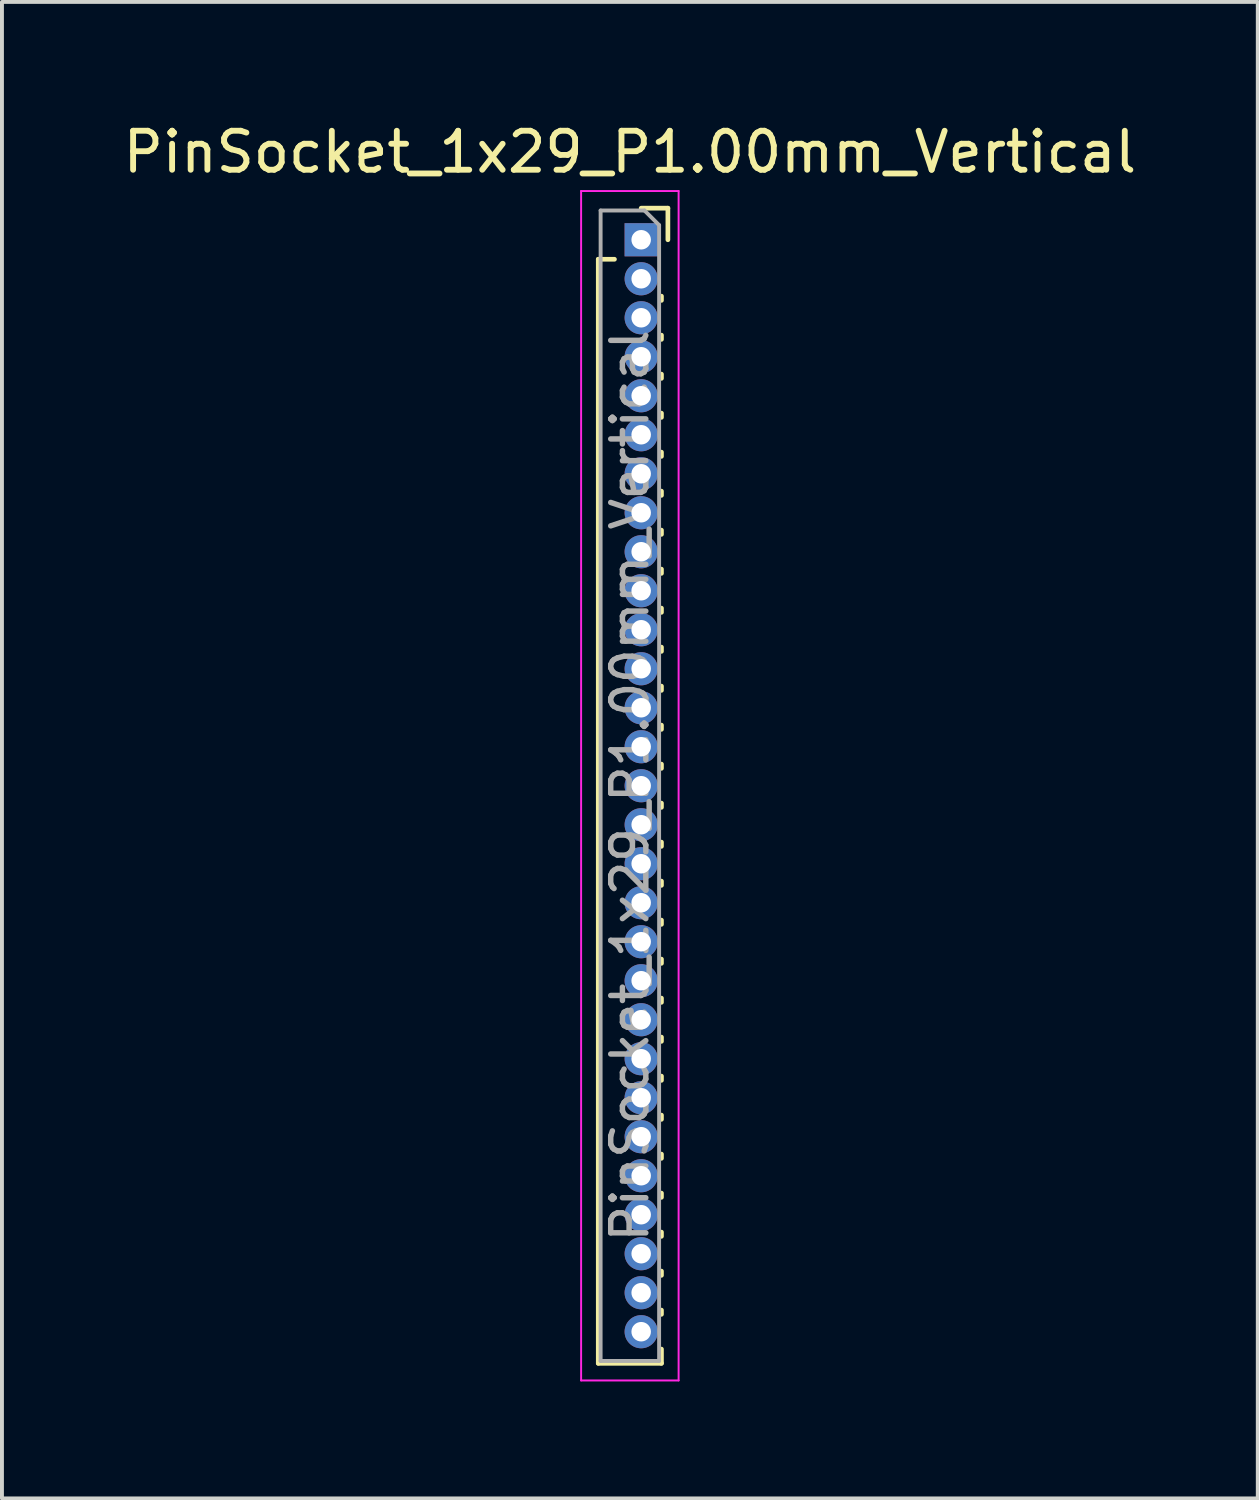
<source format=kicad_pcb>
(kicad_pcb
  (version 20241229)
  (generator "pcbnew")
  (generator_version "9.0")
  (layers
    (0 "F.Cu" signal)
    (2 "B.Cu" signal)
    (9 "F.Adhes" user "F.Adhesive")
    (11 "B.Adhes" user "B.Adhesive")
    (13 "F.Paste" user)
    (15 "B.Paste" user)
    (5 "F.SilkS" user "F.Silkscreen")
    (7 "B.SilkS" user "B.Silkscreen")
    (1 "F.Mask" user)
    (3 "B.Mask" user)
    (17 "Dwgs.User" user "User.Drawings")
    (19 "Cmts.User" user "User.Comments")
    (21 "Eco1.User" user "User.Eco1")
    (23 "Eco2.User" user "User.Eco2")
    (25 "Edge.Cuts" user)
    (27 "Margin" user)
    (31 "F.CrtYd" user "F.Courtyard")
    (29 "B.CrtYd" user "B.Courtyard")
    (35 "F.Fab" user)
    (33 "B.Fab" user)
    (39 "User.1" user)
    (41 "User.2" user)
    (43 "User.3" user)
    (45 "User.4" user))
  (footprint "PinSocket_1x29_P1.00mm_Vertical"
    (layer "F.Cu")
    (at 13.391 3.098)
    (property "Reference" "PinSocket_1x29_P1.00mm_Vertical" (at -0.29 -2.25 0) (layer "F.SilkS") (effects (font (size 1 1) (thickness 0.15))))
    (attr through_hole)
    (fp_line (start -1.1 0.5) (end -1.1 28.81) (stroke (width 0.12) (type solid)) (layer "F.SilkS"))
    (fp_line (start -1.1 0.5) (end -0.685 0.5) (stroke (width 0.12) (type solid)) (layer "F.SilkS"))
    (fp_line (start -1.1 28.81) (end 0.52 28.81) (stroke (width 0.12) (type solid)) (layer "F.SilkS"))
    (fp_line (start 0 -0.81) (end 0.685 -0.81) (stroke (width 0.12) (type solid)) (layer "F.SilkS"))
    (fp_line (start 0.52 1.446) (end 0.52 1.554) (stroke (width 0.12) (type solid)) (layer "F.SilkS"))
    (fp_line (start 0.52 2.446) (end 0.52 2.554) (stroke (width 0.12) (type solid)) (layer "F.SilkS"))
    (fp_line (start 0.52 3.446) (end 0.52 3.554) (stroke (width 0.12) (type solid)) (layer "F.SilkS"))
    (fp_line (start 0.52 4.446) (end 0.52 4.554) (stroke (width 0.12) (type solid)) (layer "F.SilkS"))
    (fp_line (start 0.52 5.446) (end 0.52 5.554) (stroke (width 0.12) (type solid)) (layer "F.SilkS"))
    (fp_line (start 0.52 6.446) (end 0.52 6.554) (stroke (width 0.12) (type solid)) (layer "F.SilkS"))
    (fp_line (start 0.52 7.446) (end 0.52 7.554) (stroke (width 0.12) (type solid)) (layer "F.SilkS"))
    (fp_line (start 0.52 8.446) (end 0.52 8.554) (stroke (width 0.12) (type solid)) (layer "F.SilkS"))
    (fp_line (start 0.52 9.446) (end 0.52 9.554) (stroke (width 0.12) (type solid)) (layer "F.SilkS"))
    (fp_line (start 0.52 10.446) (end 0.52 10.554) (stroke (width 0.12) (type solid)) (layer "F.SilkS"))
    (fp_line (start 0.52 11.446) (end 0.52 11.554) (stroke (width 0.12) (type solid)) (layer "F.SilkS"))
    (fp_line (start 0.52 12.446) (end 0.52 12.554) (stroke (width 0.12) (type solid)) (layer "F.SilkS"))
    (fp_line (start 0.52 13.446) (end 0.52 13.554) (stroke (width 0.12) (type solid)) (layer "F.SilkS"))
    (fp_line (start 0.52 14.446) (end 0.52 14.554) (stroke (width 0.12) (type solid)) (layer "F.SilkS"))
    (fp_line (start 0.52 15.446) (end 0.52 15.554) (stroke (width 0.12) (type solid)) (layer "F.SilkS"))
    (fp_line (start 0.52 16.446) (end 0.52 16.554) (stroke (width 0.12) (type solid)) (layer "F.SilkS"))
    (fp_line (start 0.52 17.446) (end 0.52 17.554) (stroke (width 0.12) (type solid)) (layer "F.SilkS"))
    (fp_line (start 0.52 18.446) (end 0.52 18.554) (stroke (width 0.12) (type solid)) (layer "F.SilkS"))
    (fp_line (start 0.52 19.446) (end 0.52 19.554) (stroke (width 0.12) (type solid)) (layer "F.SilkS"))
    (fp_line (start 0.52 20.446) (end 0.52 20.554) (stroke (width 0.12) (type solid)) (layer "F.SilkS"))
    (fp_line (start 0.52 21.446) (end 0.52 21.554) (stroke (width 0.12) (type solid)) (layer "F.SilkS"))
    (fp_line (start 0.52 22.446) (end 0.52 22.554) (stroke (width 0.12) (type solid)) (layer "F.SilkS"))
    (fp_line (start 0.52 23.446) (end 0.52 23.554) (stroke (width 0.12) (type solid)) (layer "F.SilkS"))
    (fp_line (start 0.52 24.446) (end 0.52 24.554) (stroke (width 0.12) (type solid)) (layer "F.SilkS"))
    (fp_line (start 0.52 25.446) (end 0.52 25.554) (stroke (width 0.12) (type solid)) (layer "F.SilkS"))
    (fp_line (start 0.52 26.446) (end 0.52 26.554) (stroke (width 0.12) (type solid)) (layer "F.SilkS"))
    (fp_line (start 0.52 27.446) (end 0.52 27.554) (stroke (width 0.12) (type solid)) (layer "F.SilkS"))
    (fp_line (start 0.52 28.446) (end 0.52 28.81) (stroke (width 0.12) (type solid)) (layer "F.SilkS"))
    (fp_line (start 0.685 -0.81) (end 0.685 0) (stroke (width 0.12) (type solid)) (layer "F.SilkS"))
    (fp_line (start -1.54 -1.25) (end 0.96 -1.25) (stroke (width 0.05) (type solid)) (layer "F.CrtYd"))
    (fp_line (start -1.54 29.25) (end -1.54 -1.25) (stroke (width 0.05) (type solid)) (layer "F.CrtYd"))
    (fp_line (start 0.96 -1.25) (end 0.96 29.25) (stroke (width 0.05) (type solid)) (layer "F.CrtYd"))
    (fp_line (start 0.96 29.25) (end -1.54 29.25) (stroke (width 0.05) (type solid)) (layer "F.CrtYd"))
    (fp_line (start -1.04 -0.75) (end 0.085 -0.75) (stroke (width 0.1) (type solid)) (layer "F.Fab"))
    (fp_line (start -1.04 28.75) (end -1.04 -0.75) (stroke (width 0.1) (type solid)) (layer "F.Fab"))
    (fp_line (start 0.085 -0.75) (end 0.46 -0.375) (stroke (width 0.1) (type solid)) (layer "F.Fab"))
    (fp_line (start 0.46 -0.375) (end 0.46 28.75) (stroke (width 0.1) (type solid)) (layer "F.Fab"))
    (fp_line (start 0.46 28.75) (end -1.04 28.75) (stroke (width 0.1) (type solid)) (layer "F.Fab"))
    (fp_text user "${REFERENCE}" (at -0.29 14 90) (layer "F.Fab") (effects (font (size 0.9 0.9) (thickness 0.14))))
    (pad "1" thru_hole rect (at 0 0) (size 0.85 0.85) (drill 0.5) (layers "*.Cu" "*.Mask"))
    (pad "2" thru_hole circle (at 0 1) (size 0.85 0.85) (drill 0.5) (layers "*.Cu" "*.Mask"))
    (pad "3" thru_hole circle (at 0 2) (size 0.85 0.85) (drill 0.5) (layers "*.Cu" "*.Mask"))
    (pad "4" thru_hole circle (at 0 3) (size 0.85 0.85) (drill 0.5) (layers "*.Cu" "*.Mask"))
    (pad "5" thru_hole circle (at 0 4) (size 0.85 0.85) (drill 0.5) (layers "*.Cu" "*.Mask"))
    (pad "6" thru_hole circle (at 0 5) (size 0.85 0.85) (drill 0.5) (layers "*.Cu" "*.Mask"))
    (pad "7" thru_hole circle (at 0 6) (size 0.85 0.85) (drill 0.5) (layers "*.Cu" "*.Mask"))
    (pad "8" thru_hole circle (at 0 7) (size 0.85 0.85) (drill 0.5) (layers "*.Cu" "*.Mask"))
    (pad "9" thru_hole circle (at 0 8) (size 0.85 0.85) (drill 0.5) (layers "*.Cu" "*.Mask"))
    (pad "10" thru_hole circle (at 0 9) (size 0.85 0.85) (drill 0.5) (layers "*.Cu" "*.Mask"))
    (pad "11" thru_hole circle (at 0 10) (size 0.85 0.85) (drill 0.5) (layers "*.Cu" "*.Mask"))
    (pad "12" thru_hole circle (at 0 11) (size 0.85 0.85) (drill 0.5) (layers "*.Cu" "*.Mask"))
    (pad "13" thru_hole circle (at 0 12) (size 0.85 0.85) (drill 0.5) (layers "*.Cu" "*.Mask"))
    (pad "14" thru_hole circle (at 0 13) (size 0.85 0.85) (drill 0.5) (layers "*.Cu" "*.Mask"))
    (pad "15" thru_hole circle (at 0 14) (size 0.85 0.85) (drill 0.5) (layers "*.Cu" "*.Mask"))
    (pad "16" thru_hole circle (at 0 15) (size 0.85 0.85) (drill 0.5) (layers "*.Cu" "*.Mask"))
    (pad "17" thru_hole circle (at 0 16) (size 0.85 0.85) (drill 0.5) (layers "*.Cu" "*.Mask"))
    (pad "18" thru_hole circle (at 0 17) (size 0.85 0.85) (drill 0.5) (layers "*.Cu" "*.Mask"))
    (pad "19" thru_hole circle (at 0 18) (size 0.85 0.85) (drill 0.5) (layers "*.Cu" "*.Mask"))
    (pad "20" thru_hole circle (at 0 19) (size 0.85 0.85) (drill 0.5) (layers "*.Cu" "*.Mask"))
    (pad "21" thru_hole circle (at 0 20) (size 0.85 0.85) (drill 0.5) (layers "*.Cu" "*.Mask"))
    (pad "22" thru_hole circle (at 0 21) (size 0.85 0.85) (drill 0.5) (layers "*.Cu" "*.Mask"))
    (pad "23" thru_hole circle (at 0 22) (size 0.85 0.85) (drill 0.5) (layers "*.Cu" "*.Mask"))
    (pad "24" thru_hole circle (at 0 23) (size 0.85 0.85) (drill 0.5) (layers "*.Cu" "*.Mask"))
    (pad "25" thru_hole circle (at 0 24) (size 0.85 0.85) (drill 0.5) (layers "*.Cu" "*.Mask"))
    (pad "26" thru_hole circle (at 0 25) (size 0.85 0.85) (drill 0.5) (layers "*.Cu" "*.Mask"))
    (pad "27" thru_hole circle (at 0 26) (size 0.85 0.85) (drill 0.5) (layers "*.Cu" "*.Mask"))
    (pad "28" thru_hole circle (at 0 27) (size 0.85 0.85) (drill 0.5) (layers "*.Cu" "*.Mask"))
    (pad "29" thru_hole circle (at 0 28) (size 0.85 0.85) (drill 0.5) (layers "*.Cu" "*.Mask")))
  (gr_rect
    (start -3 -3)
    (end 29.202 35.373)
    (stroke (width 0.1) (type default))
    (fill no)
    (layer "Edge.Cuts")))
</source>
